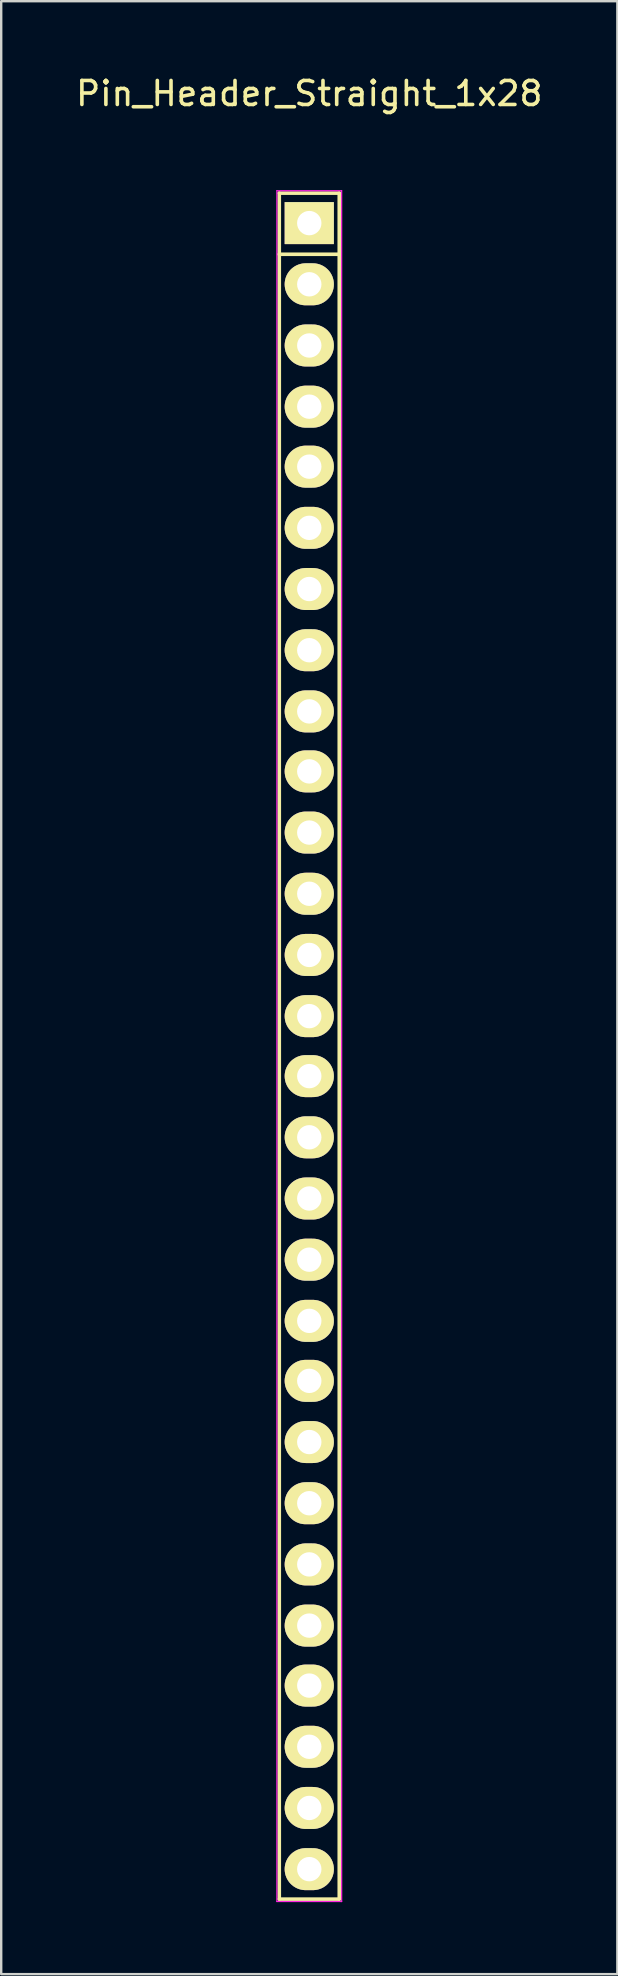
<source format=kicad_pcb>
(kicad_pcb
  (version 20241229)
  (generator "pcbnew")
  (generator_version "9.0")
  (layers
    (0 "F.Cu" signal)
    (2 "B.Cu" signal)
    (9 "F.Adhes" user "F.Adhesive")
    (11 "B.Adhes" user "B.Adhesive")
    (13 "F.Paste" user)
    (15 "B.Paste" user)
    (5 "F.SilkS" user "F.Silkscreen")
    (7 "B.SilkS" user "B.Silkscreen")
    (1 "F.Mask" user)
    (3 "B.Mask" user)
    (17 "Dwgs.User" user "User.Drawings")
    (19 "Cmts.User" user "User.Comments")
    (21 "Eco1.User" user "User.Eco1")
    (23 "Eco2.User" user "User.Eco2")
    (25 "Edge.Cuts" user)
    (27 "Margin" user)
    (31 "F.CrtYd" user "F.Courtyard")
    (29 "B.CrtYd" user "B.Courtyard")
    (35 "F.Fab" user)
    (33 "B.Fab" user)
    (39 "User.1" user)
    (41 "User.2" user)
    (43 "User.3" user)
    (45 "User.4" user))
  (footprint "Pin_Header_Straight_1x28"
    (layer "F.Cu")
    (at 9.839 6.248)
    (property "Reference" "Pin_Header_Straight_1x28" (at 0 -5.4 0) (layer "F.SilkS") (effects (font (size 1 1) (thickness 0.15))))
    (attr through_hole)
    (fp_line (start -1.25 -1.25) (end -1.25 1.3) (stroke (width 0.15) (type solid)) (layer "F.SilkS"))
    (fp_line (start -1.25 1.3) (end -1.25 69.85) (stroke (width 0.15) (type solid)) (layer "F.SilkS"))
    (fp_line (start -1.25 69.85) (end 1.25 69.85) (stroke (width 0.15) (type solid)) (layer "F.SilkS"))
    (fp_line (start 1.25 -1.25) (end -1.25 -1.25) (stroke (width 0.15) (type solid)) (layer "F.SilkS"))
    (fp_line (start 1.25 -1.25) (end 1.25 1.3) (stroke (width 0.15) (type solid)) (layer "F.SilkS"))
    (fp_line (start 1.25 1.3) (end -1.25 1.3) (stroke (width 0.15) (type solid)) (layer "F.SilkS"))
    (fp_line (start 1.25 69.85) (end 1.25 1.3) (stroke (width 0.15) (type solid)) (layer "F.SilkS"))
    (fp_line (start -1.35 -1.35) (end -1.35 69.95) (stroke (width 0.05) (type solid)) (layer "F.CrtYd"))
    (fp_line (start -1.35 -1.35) (end 1.35 -1.35) (stroke (width 0.05) (type solid)) (layer "F.CrtYd"))
    (fp_line (start -1.35 69.95) (end 1.35 69.95) (stroke (width 0.05) (type solid)) (layer "F.CrtYd"))
    (fp_line (start 1.35 -1.35) (end 1.35 69.95) (stroke (width 0.05) (type solid)) (layer "F.CrtYd"))
    (pad "1" thru_hole rect (at 0 0) (size 2.05 1.75) (drill 1.016) (layers "*.Cu" "*.Mask" "F.SilkS"))
    (pad "2" thru_hole oval (at 0 2.55) (size 2.05 1.75) (drill 1.016) (layers "*.Cu" "*.Mask" "F.SilkS"))
    (pad "3" thru_hole oval (at 0 5.1) (size 2.05 1.75) (drill 1.016) (layers "*.Cu" "*.Mask" "F.SilkS"))
    (pad "4" thru_hole oval (at 0 7.65) (size 2.05 1.75) (drill 1.016) (layers "*.Cu" "*.Mask" "F.SilkS"))
    (pad "5" thru_hole oval (at 0 10.15) (size 2.05 1.75) (drill 1.016) (layers "*.Cu" "*.Mask" "F.SilkS"))
    (pad "6" thru_hole oval (at 0 12.7) (size 2.05 1.75) (drill 1.016) (layers "*.Cu" "*.Mask" "F.SilkS"))
    (pad "7" thru_hole oval (at 0 15.25) (size 2.05 1.75) (drill 1.016) (layers "*.Cu" "*.Mask" "F.SilkS"))
    (pad "8" thru_hole oval (at 0 17.8) (size 2.05 1.75) (drill 1.016) (layers "*.Cu" "*.Mask" "F.SilkS"))
    (pad "9" thru_hole oval (at 0 20.35) (size 2.05 1.75) (drill 1.016) (layers "*.Cu" "*.Mask" "F.SilkS"))
    (pad "10" thru_hole oval (at 0 22.85) (size 2.05 1.75) (drill 1.016) (layers "*.Cu" "*.Mask" "F.SilkS"))
    (pad "11" thru_hole oval (at 0 25.4) (size 2.05 1.75) (drill 1.016) (layers "*.Cu" "*.Mask" "F.SilkS"))
    (pad "12" thru_hole oval (at 0 27.95) (size 2.05 1.75) (drill 1.016) (layers "*.Cu" "*.Mask" "F.SilkS"))
    (pad "13" thru_hole oval (at 0 30.5) (size 2.05 1.75) (drill 1.016) (layers "*.Cu" "*.Mask" "F.SilkS"))
    (pad "14" thru_hole oval (at 0 33.05) (size 2.05 1.75) (drill 1.016) (layers "*.Cu" "*.Mask" "F.SilkS"))
    (pad "15" thru_hole oval (at 0 35.55) (size 2.05 1.75) (drill 1.016) (layers "*.Cu" "*.Mask" "F.SilkS"))
    (pad "16" thru_hole oval (at 0 38.1) (size 2.05 1.75) (drill 1.016) (layers "*.Cu" "*.Mask" "F.SilkS"))
    (pad "17" thru_hole oval (at 0 40.65) (size 2.05 1.75) (drill 1.016) (layers "*.Cu" "*.Mask" "F.SilkS"))
    (pad "18" thru_hole oval (at 0 43.2) (size 2.05 1.75) (drill 1.016) (layers "*.Cu" "*.Mask" "F.SilkS"))
    (pad "19" thru_hole oval (at 0 45.75) (size 2.05 1.75) (drill 1.016) (layers "*.Cu" "*.Mask" "F.SilkS"))
    (pad "20" thru_hole oval (at 0 48.25) (size 2.05 1.75) (drill 1.016) (layers "*.Cu" "*.Mask" "F.SilkS"))
    (pad "21" thru_hole oval (at 0 50.8) (size 2.05 1.75) (drill 1.016) (layers "*.Cu" "*.Mask" "F.SilkS"))
    (pad "22" thru_hole oval (at 0 53.35) (size 2.05 1.75) (drill 1.016) (layers "*.Cu" "*.Mask" "F.SilkS"))
    (pad "23" thru_hole oval (at 0 55.9) (size 2.05 1.75) (drill 1.016) (layers "*.Cu" "*.Mask" "F.SilkS"))
    (pad "24" thru_hole oval (at 0 58.45) (size 2.05 1.75) (drill 1.016) (layers "*.Cu" "*.Mask" "F.SilkS"))
    (pad "25" thru_hole oval (at 0 60.95) (size 2.05 1.75) (drill 1.016) (layers "*.Cu" "*.Mask" "F.SilkS"))
    (pad "26" thru_hole oval (at 0 63.5) (size 2.05 1.75) (drill 1.016) (layers "*.Cu" "*.Mask" "F.SilkS"))
    (pad "27" thru_hole oval (at 0 66.05) (size 2.05 1.75) (drill 1.016) (layers "*.Cu" "*.Mask" "F.SilkS"))
    (pad "28" thru_hole oval (at 0 68.6) (size 2.05 1.75) (drill 1.016) (layers "*.Cu" "*.Mask" "F.SilkS")))
  (gr_rect
    (start -3 -3)
    (end 22.679 79.223)
    (stroke (width 0.1) (type default))
    (fill no)
    (layer "Edge.Cuts")))
</source>
